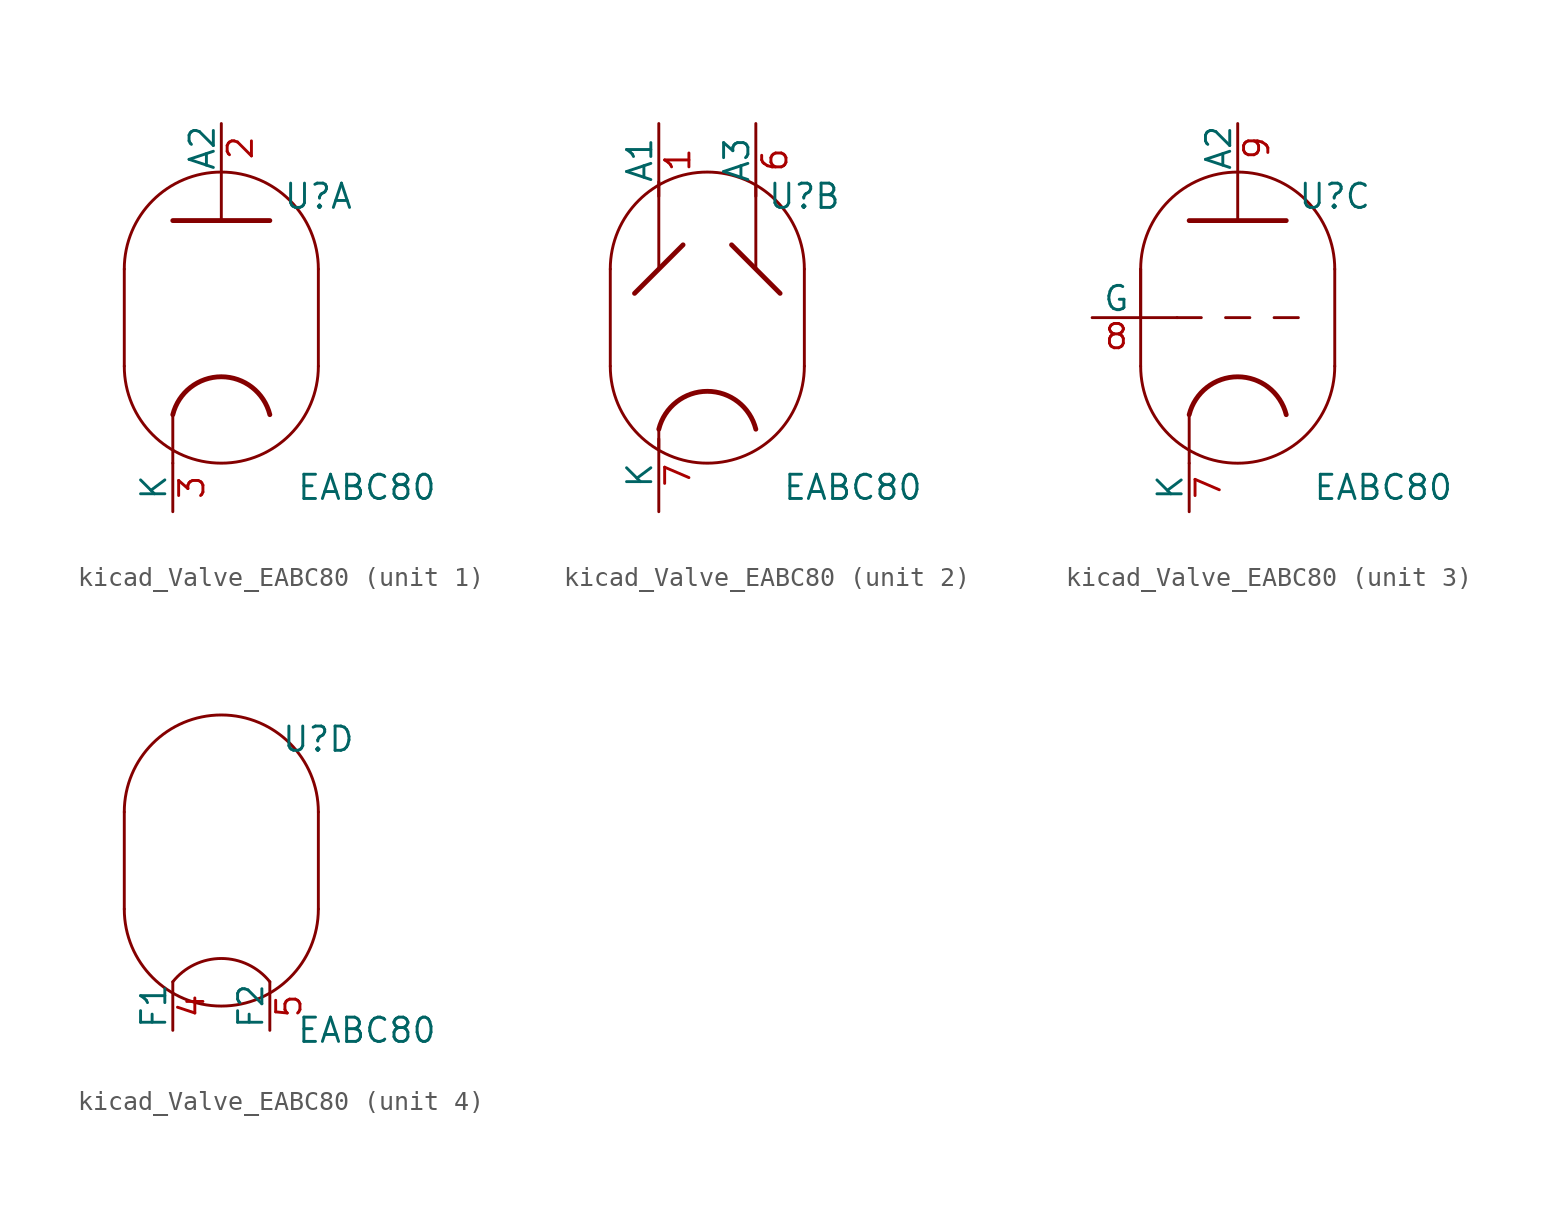
<source format=kicad_sym>
(kicad_symbol_lib
  (version 20220914)
  (generator kicad_symbol_editor)
  (symbol "kicad_Valve_EABC80"
    (pin_names
      (offset 0))
    (property "Reference" "U"
      (at 5.08 6.35 0)
      (effects (font (size 1.27 1.27))))
    (property "Value" "EABC80"
      (at 7.62 -8.89 0)
      (effects (font (size 1.27 1.27))))
    (property "ki_locked" ""
      (at 0 0 0)
      (effects (font (size 1.27 1.27))))
    (symbol "kicad_Valve_EABC80_0_1"
      (arc (start -5.08 -2.54) (mid 0 -7.5979) (end 5.08 -2.54) (stroke (width 0) (type default)) (fill (type none)))
      (polyline (pts (xy 5.08 2.54) (xy 5.08 -2.54)) (stroke (width 0) (type default)) (fill (type none)))
      (polyline (pts (xy -5.08 2.54) (xy -5.08 -2.54) (xy -5.08 -2.54)) (stroke (width 0) (type default)) (fill (type none)))
      (arc (start 5.08 2.54) (mid 0 7.5979) (end -5.08 2.54) (stroke (width 0) (type default)) (fill (type none))))
    (symbol "kicad_Valve_EABC80_1_0"
      (polyline (pts (xy -2.54 -5.08) (xy -2.54 -7.62)) (stroke (width 0) (type default)) (fill (type none)))
      (polyline (pts (xy 0 5.08) (xy 0 7.62)) (stroke (width 0) (type default)) (fill (type none))))
    (symbol "kicad_Valve_EABC80_1_1"
      (polyline (pts (xy -2.54 5.08) (xy 2.54 5.08) (xy 2.54 5.08) (xy 2.54 5.08)) (stroke (width 0.254) (type default)) (fill (type none)))
      (arc (start 2.54 -5.08) (mid 0 -3.0968) (end -2.54 -5.08) (stroke (width 0.254) (type default)) (fill (type none)))
      (pin output line (at 0 10.16 270) (length 2.54) (name "A2" (effects (font (size 1.27 1.27)))) (number "2" (effects (font (size 1.27 1.27)))))
      (pin input line (at -2.54 -10.16 90) (length 2.54) (name "K" (effects (font (size 1.27 1.27)))) (number "3" (effects (font (size 1.27 1.27))))))
    (symbol "kicad_Valve_EABC80_2_1"
      (polyline (pts (xy -2.54 -6.858) (xy -2.54 -5.842) (xy -2.54 -5.842)) (stroke (width 0) (type default)) (fill (type none)))
      (polyline (pts (xy -2.54 7.112) (xy -2.54 2.54) (xy -2.54 2.54)) (stroke (width 0) (type default)) (fill (type none)))
      (polyline (pts (xy 1.27 3.81) (xy 3.81 1.27) (xy 3.81 1.27)) (stroke (width 0.254) (type default)) (fill (type none)))
      (polyline (pts (xy 2.54 6.858) (xy 2.54 2.54) (xy 2.54 2.54)) (stroke (width 0) (type default)) (fill (type none)))
      (polyline (pts (xy -3.81 1.27) (xy -1.27 3.81) (xy -1.27 3.81) (xy -1.27 3.81)) (stroke (width 0.254) (type default)) (fill (type none)))
      (arc (start 2.54 -5.842) (mid 0 -3.8588) (end -2.54 -5.842) (stroke (width 0.254) (type default)) (fill (type none)))
      (pin input line (at -2.54 10.16 270) (length 3.81) (name "A1" (effects (font (size 1.27 1.27)))) (number "1" (effects (font (size 1.27 1.27)))))
      (pin output line (at 2.54 10.16 270) (length 3.81) (name "A3" (effects (font (size 1.27 1.27)))) (number "6" (effects (font (size 1.27 1.27)))))
      (pin input line (at -2.54 -10.16 90) (length 3.81) (name "K" (effects (font (size 1.27 1.27)))) (number "7" (effects (font (size 1.27 1.27))))))
    (symbol "kicad_Valve_EABC80_3_0"
      (polyline (pts (xy -5.08 0) (xy -3.175 0)) (stroke (width 0) (type default)) (fill (type none)))
      (polyline (pts (xy -5.08 2.54) (xy -5.08 0)) (stroke (width 0) (type default)) (fill (type none)))
      (polyline (pts (xy -2.54 -5.08) (xy -2.54 -7.62)) (stroke (width 0) (type default)) (fill (type none)))
      (polyline (pts (xy 0 5.08) (xy 0 7.62)) (stroke (width 0) (type default)) (fill (type none))))
    (symbol "kicad_Valve_EABC80_3_1"
      (polyline (pts (xy -1.905 0) (xy -3.175 0)) (stroke (width 0.152) (type default)) (fill (type none)))
      (polyline (pts (xy -0.635 0) (xy 0.635 0)) (stroke (width 0.152) (type default)) (fill (type none)))
      (polyline (pts (xy 1.905 0) (xy 3.175 0)) (stroke (width 0.152) (type default)) (fill (type none)))
      (polyline (pts (xy -2.54 5.08) (xy 2.54 5.08) (xy 2.54 5.08)) (stroke (width 0.254) (type default)) (fill (type none)))
      (arc (start 2.54 -5.08) (mid 0 -3.0968) (end -2.54 -5.08) (stroke (width 0.254) (type default)) (fill (type none)))
      (pin input line (at -2.54 -10.16 90) (length 2.54) (name "K" (effects (font (size 1.27 1.27)))) (number "7" (effects (font (size 1.27 1.27)))))
      (pin input line (at -7.62 0 0) (length 2.54) (name "G" (effects (font (size 1.27 1.27)))) (number "8" (effects (font (size 1.27 1.27)))))
      (pin output line (at 0 10.16 270) (length 2.54) (name "A2" (effects (font (size 1.27 1.27)))) (number "9" (effects (font (size 1.27 1.27))))))
    (symbol "kicad_Valve_EABC80_4_1"
      (arc (start 2.54 -6.35) (mid 0 -5.1292) (end -2.54 -6.35) (stroke (width 0) (type default)) (fill (type none)))
      (pin input line (at -2.54 -8.89 90) (length 2.54) (name "F1" (effects (font (size 1.27 1.27)))) (number "4" (effects (font (size 1.27 1.27)))))
      (pin input line (at 2.54 -8.89 90) (length 2.54) (name "F2" (effects (font (size 1.27 1.27)))) (number "5" (effects (font (size 1.27 1.27))))))))
</source>
